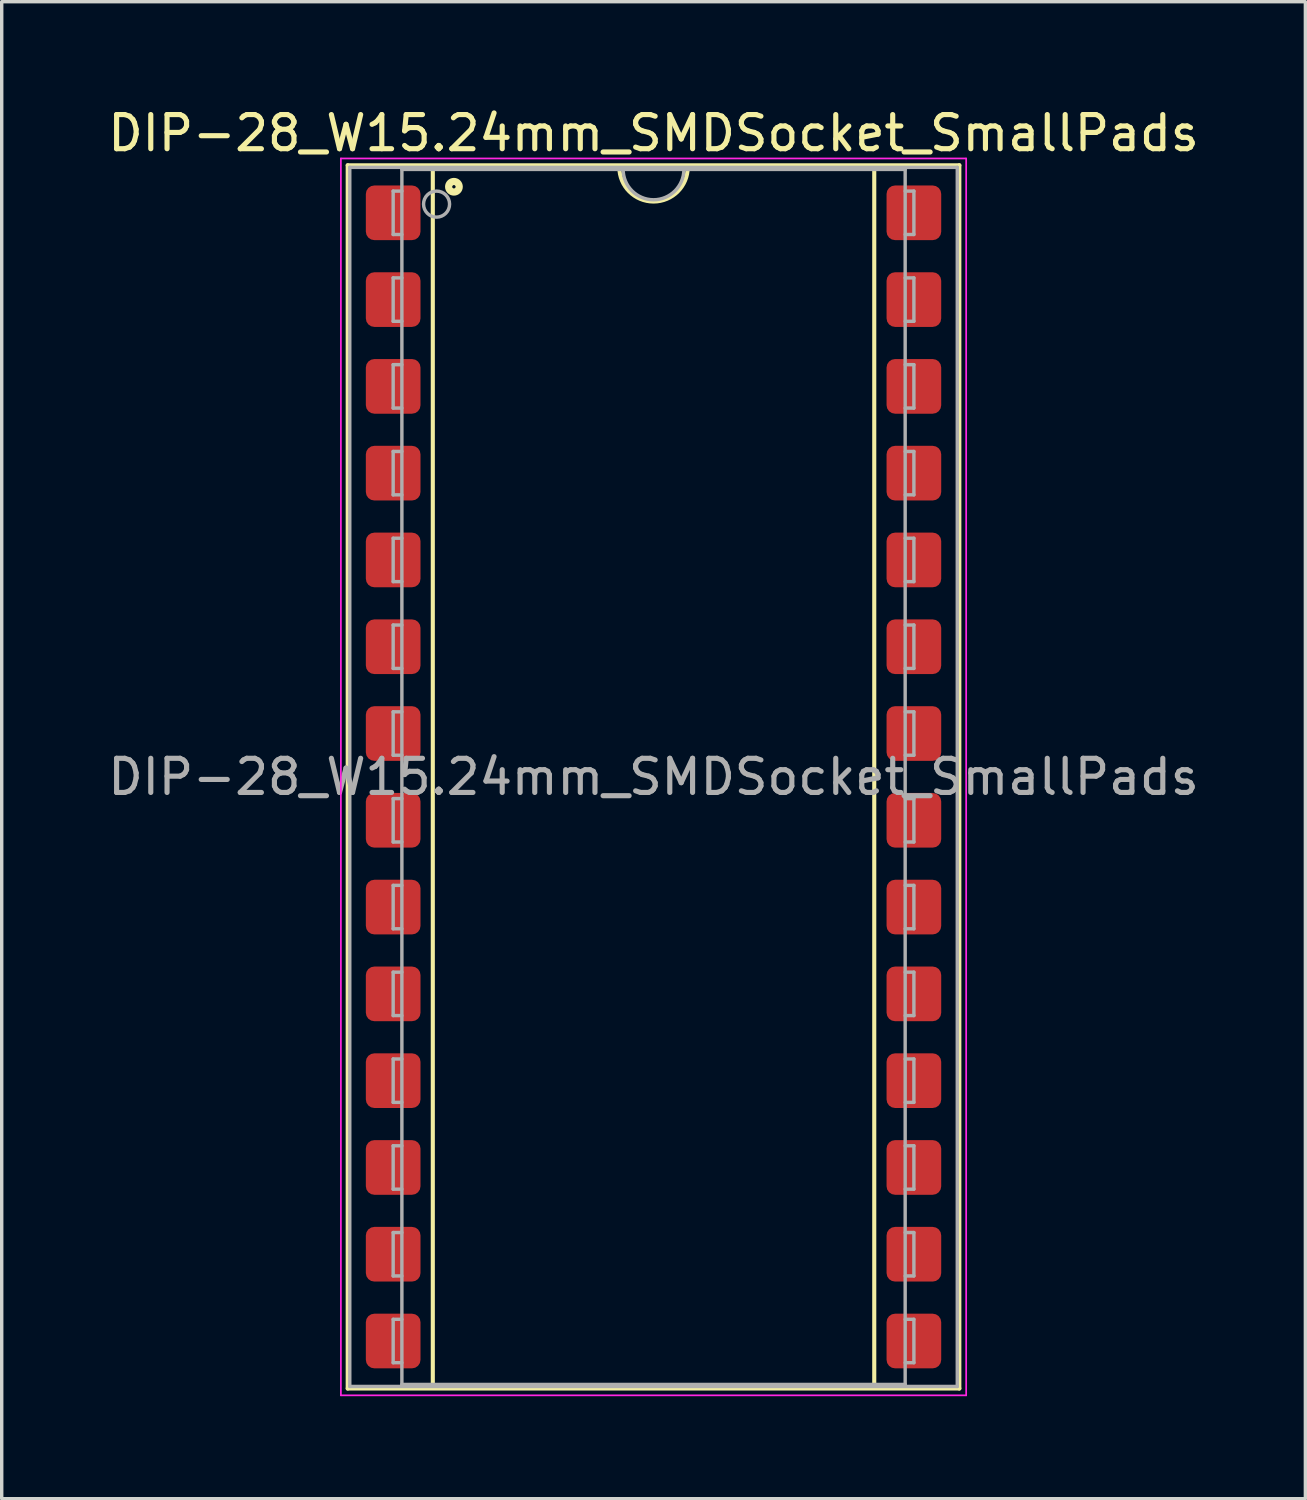
<source format=kicad_pcb>
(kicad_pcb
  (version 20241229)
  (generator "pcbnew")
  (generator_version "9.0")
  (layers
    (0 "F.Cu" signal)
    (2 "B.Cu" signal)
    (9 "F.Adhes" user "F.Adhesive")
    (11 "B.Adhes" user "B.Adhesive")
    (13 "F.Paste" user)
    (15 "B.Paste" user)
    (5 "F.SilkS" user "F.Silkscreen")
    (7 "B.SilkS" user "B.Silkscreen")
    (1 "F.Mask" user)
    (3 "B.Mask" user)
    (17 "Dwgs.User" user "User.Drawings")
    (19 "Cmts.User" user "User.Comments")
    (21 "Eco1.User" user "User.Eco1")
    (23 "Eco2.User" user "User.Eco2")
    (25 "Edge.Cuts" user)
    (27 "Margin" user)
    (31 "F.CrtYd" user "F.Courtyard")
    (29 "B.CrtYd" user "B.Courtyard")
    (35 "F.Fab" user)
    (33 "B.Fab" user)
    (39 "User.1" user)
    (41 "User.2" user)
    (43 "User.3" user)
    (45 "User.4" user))
  (footprint "DIP-28_W15.24mm_SMDSocket_SmallPads"
    (layer "F.Cu")
    (at 16.077 19.688)
    (property "Reference" "DIP-28_W15.24mm_SMDSocket_SmallPads" (at 0 -18.84 0) (layer "F.SilkS") (effects (font (size 1 1) (thickness 0.15))))
    (attr smd)
    (fp_line (start -8.95 -17.9) (end -8.95 17.9) (stroke (width 0.12) (type solid)) (layer "F.SilkS"))
    (fp_line (start -8.95 17.9) (end 8.95 17.9) (stroke (width 0.12) (type solid)) (layer "F.SilkS"))
    (fp_line (start -6.46 -17.84) (end -6.46 17.84) (stroke (width 0.12) (type solid)) (layer "F.SilkS"))
    (fp_line (start -6.46 17.84) (end 6.46 17.84) (stroke (width 0.12) (type solid)) (layer "F.SilkS"))
    (fp_line (start -1 -17.84) (end -6.46 -17.84) (stroke (width 0.12) (type solid)) (layer "F.SilkS"))
    (fp_line (start 6.46 -17.84) (end 1 -17.84) (stroke (width 0.12) (type solid)) (layer "F.SilkS"))
    (fp_line (start 6.46 17.84) (end 6.46 -17.84) (stroke (width 0.12) (type solid)) (layer "F.SilkS"))
    (fp_line (start 8.95 -17.9) (end -8.95 -17.9) (stroke (width 0.12) (type solid)) (layer "F.SilkS"))
    (fp_line (start 8.95 17.9) (end 8.95 -17.9) (stroke (width 0.12) (type solid)) (layer "F.SilkS"))
    (fp_arc (start 1 -17.84) (mid 0 -16.84) (end -1 -17.84) (stroke (width 0.12) (type solid)) (layer "F.SilkS"))
    (fp_circle (center -5.842 -17.272) (end -5.792 -17.272) (stroke (width 0.12) (type solid)) (fill no) (layer "F.SilkS"))
    (fp_circle (center -5.842 -17.272) (end -5.717 -17.272) (stroke (width 0.12) (type solid)) (fill no) (layer "F.SilkS"))
    (fp_circle (center -5.842 -17.272) (end -5.642 -17.272) (stroke (width 0.12) (type solid)) (fill no) (layer "F.SilkS"))
    (fp_line (start -9.15 -18.1) (end -9.15 18.1) (stroke (width 0.05) (type solid)) (layer "F.CrtYd"))
    (fp_line (start -9.15 18.1) (end 9.15 18.1) (stroke (width 0.05) (type solid)) (layer "F.CrtYd"))
    (fp_line (start 9.15 -18.1) (end -9.15 -18.1) (stroke (width 0.05) (type solid)) (layer "F.CrtYd"))
    (fp_line (start 9.15 18.1) (end 9.15 -18.1) (stroke (width 0.05) (type solid)) (layer "F.CrtYd"))
    (fp_line (start -8.89 -17.84) (end -8.89 17.84) (stroke (width 0.1) (type solid)) (layer "F.Fab"))
    (fp_line (start -8.89 17.84) (end 8.89 17.84) (stroke (width 0.1) (type solid)) (layer "F.Fab"))
    (fp_line (start -7.62 -17.145) (end -7.62 -15.875) (stroke (width 0.1) (type solid)) (layer "F.Fab"))
    (fp_line (start -7.62 -17.145) (end -7.366 -17.145) (stroke (width 0.1) (type solid)) (layer "F.Fab"))
    (fp_line (start -7.62 -15.875) (end -7.366 -15.875) (stroke (width 0.1) (type solid)) (layer "F.Fab"))
    (fp_line (start -7.62 -14.605) (end -7.62 -13.335) (stroke (width 0.1) (type solid)) (layer "F.Fab"))
    (fp_line (start -7.62 -14.605) (end -7.366 -14.605) (stroke (width 0.1) (type solid)) (layer "F.Fab"))
    (fp_line (start -7.62 -13.335) (end -7.366 -13.335) (stroke (width 0.1) (type solid)) (layer "F.Fab"))
    (fp_line (start -7.62 -12.065) (end -7.62 -10.795) (stroke (width 0.1) (type solid)) (layer "F.Fab"))
    (fp_line (start -7.62 -12.065) (end -7.366 -12.065) (stroke (width 0.1) (type solid)) (layer "F.Fab"))
    (fp_line (start -7.62 -10.795) (end -7.366 -10.795) (stroke (width 0.1) (type solid)) (layer "F.Fab"))
    (fp_line (start -7.62 -9.525) (end -7.62 -8.255) (stroke (width 0.1) (type solid)) (layer "F.Fab"))
    (fp_line (start -7.62 -9.525) (end -7.366 -9.525) (stroke (width 0.1) (type solid)) (layer "F.Fab"))
    (fp_line (start -7.62 -8.255) (end -7.366 -8.255) (stroke (width 0.1) (type solid)) (layer "F.Fab"))
    (fp_line (start -7.62 -6.985) (end -7.62 -5.715) (stroke (width 0.1) (type solid)) (layer "F.Fab"))
    (fp_line (start -7.62 -6.985) (end -7.366 -6.985) (stroke (width 0.1) (type solid)) (layer "F.Fab"))
    (fp_line (start -7.62 -5.715) (end -7.366 -5.715) (stroke (width 0.1) (type solid)) (layer "F.Fab"))
    (fp_line (start -7.62 -4.445) (end -7.62 -3.175) (stroke (width 0.1) (type solid)) (layer "F.Fab"))
    (fp_line (start -7.62 -4.445) (end -7.366 -4.445) (stroke (width 0.1) (type solid)) (layer "F.Fab"))
    (fp_line (start -7.62 -3.175) (end -7.366 -3.175) (stroke (width 0.1) (type solid)) (layer "F.Fab"))
    (fp_line (start -7.62 -1.905) (end -7.62 -0.635) (stroke (width 0.1) (type solid)) (layer "F.Fab"))
    (fp_line (start -7.62 -1.905) (end -7.366 -1.905) (stroke (width 0.1) (type solid)) (layer "F.Fab"))
    (fp_line (start -7.62 -0.635) (end -7.366 -0.635) (stroke (width 0.1) (type solid)) (layer "F.Fab"))
    (fp_line (start -7.62 0.635) (end -7.62 1.905) (stroke (width 0.1) (type solid)) (layer "F.Fab"))
    (fp_line (start -7.62 0.635) (end -7.366 0.635) (stroke (width 0.1) (type solid)) (layer "F.Fab"))
    (fp_line (start -7.62 1.905) (end -7.366 1.905) (stroke (width 0.1) (type solid)) (layer "F.Fab"))
    (fp_line (start -7.62 3.175) (end -7.62 4.445) (stroke (width 0.1) (type solid)) (layer "F.Fab"))
    (fp_line (start -7.62 3.175) (end -7.366 3.175) (stroke (width 0.1) (type solid)) (layer "F.Fab"))
    (fp_line (start -7.62 4.445) (end -7.366 4.445) (stroke (width 0.1) (type solid)) (layer "F.Fab"))
    (fp_line (start -7.62 5.715) (end -7.62 6.985) (stroke (width 0.1) (type solid)) (layer "F.Fab"))
    (fp_line (start -7.62 5.715) (end -7.366 5.715) (stroke (width 0.1) (type solid)) (layer "F.Fab"))
    (fp_line (start -7.62 6.985) (end -7.366 6.985) (stroke (width 0.1) (type solid)) (layer "F.Fab"))
    (fp_line (start -7.62 8.255) (end -7.62 9.525) (stroke (width 0.1) (type solid)) (layer "F.Fab"))
    (fp_line (start -7.62 8.255) (end -7.366 8.255) (stroke (width 0.1) (type solid)) (layer "F.Fab"))
    (fp_line (start -7.62 9.525) (end -7.366 9.525) (stroke (width 0.1) (type solid)) (layer "F.Fab"))
    (fp_line (start -7.62 10.795) (end -7.62 12.065) (stroke (width 0.1) (type solid)) (layer "F.Fab"))
    (fp_line (start -7.62 10.795) (end -7.366 10.795) (stroke (width 0.1) (type solid)) (layer "F.Fab"))
    (fp_line (start -7.62 12.065) (end -7.366 12.065) (stroke (width 0.1) (type solid)) (layer "F.Fab"))
    (fp_line (start -7.62 13.335) (end -7.62 14.605) (stroke (width 0.1) (type solid)) (layer "F.Fab"))
    (fp_line (start -7.62 13.335) (end -7.366 13.335) (stroke (width 0.1) (type solid)) (layer "F.Fab"))
    (fp_line (start -7.62 14.605) (end -7.366 14.605) (stroke (width 0.1) (type solid)) (layer "F.Fab"))
    (fp_line (start -7.62 15.875) (end -7.62 17.145) (stroke (width 0.1) (type solid)) (layer "F.Fab"))
    (fp_line (start -7.62 15.875) (end -7.366 15.875) (stroke (width 0.1) (type solid)) (layer "F.Fab"))
    (fp_line (start -7.62 17.145) (end -7.366 17.145) (stroke (width 0.1) (type solid)) (layer "F.Fab"))
    (fp_line (start -7.365 -17.78) (end 7.365 -17.78) (stroke (width 0.1) (type solid)) (layer "F.Fab"))
    (fp_line (start -7.365 17.78) (end -7.365 -17.78) (stroke (width 0.1) (type solid)) (layer "F.Fab"))
    (fp_line (start 7.365 -17.78) (end 7.365 17.78) (stroke (width 0.1) (type solid)) (layer "F.Fab"))
    (fp_line (start 7.365 17.78) (end -7.365 17.78) (stroke (width 0.1) (type solid)) (layer "F.Fab"))
    (fp_line (start 7.62 -17.145) (end 7.366 -17.145) (stroke (width 0.1) (type solid)) (layer "F.Fab"))
    (fp_line (start 7.62 -15.875) (end 7.366 -15.875) (stroke (width 0.1) (type solid)) (layer "F.Fab"))
    (fp_line (start 7.62 -15.875) (end 7.62 -17.145) (stroke (width 0.1) (type solid)) (layer "F.Fab"))
    (fp_line (start 7.62 -14.605) (end 7.366 -14.605) (stroke (width 0.1) (type solid)) (layer "F.Fab"))
    (fp_line (start 7.62 -13.335) (end 7.366 -13.335) (stroke (width 0.1) (type solid)) (layer "F.Fab"))
    (fp_line (start 7.62 -13.335) (end 7.62 -14.605) (stroke (width 0.1) (type solid)) (layer "F.Fab"))
    (fp_line (start 7.62 -12.065) (end 7.366 -12.065) (stroke (width 0.1) (type solid)) (layer "F.Fab"))
    (fp_line (start 7.62 -10.795) (end 7.366 -10.795) (stroke (width 0.1) (type solid)) (layer "F.Fab"))
    (fp_line (start 7.62 -10.795) (end 7.62 -12.065) (stroke (width 0.1) (type solid)) (layer "F.Fab"))
    (fp_line (start 7.62 -9.525) (end 7.366 -9.525) (stroke (width 0.1) (type solid)) (layer "F.Fab"))
    (fp_line (start 7.62 -8.255) (end 7.366 -8.255) (stroke (width 0.1) (type solid)) (layer "F.Fab"))
    (fp_line (start 7.62 -8.255) (end 7.62 -9.525) (stroke (width 0.1) (type solid)) (layer "F.Fab"))
    (fp_line (start 7.62 -6.985) (end 7.366 -6.985) (stroke (width 0.1) (type solid)) (layer "F.Fab"))
    (fp_line (start 7.62 -5.715) (end 7.366 -5.715) (stroke (width 0.1) (type solid)) (layer "F.Fab"))
    (fp_line (start 7.62 -5.715) (end 7.62 -6.985) (stroke (width 0.1) (type solid)) (layer "F.Fab"))
    (fp_line (start 7.62 -4.445) (end 7.366 -4.445) (stroke (width 0.1) (type solid)) (layer "F.Fab"))
    (fp_line (start 7.62 -3.175) (end 7.366 -3.175) (stroke (width 0.1) (type solid)) (layer "F.Fab"))
    (fp_line (start 7.62 -3.175) (end 7.62 -4.445) (stroke (width 0.1) (type solid)) (layer "F.Fab"))
    (fp_line (start 7.62 -1.905) (end 7.366 -1.905) (stroke (width 0.1) (type solid)) (layer "F.Fab"))
    (fp_line (start 7.62 -0.635) (end 7.366 -0.635) (stroke (width 0.1) (type solid)) (layer "F.Fab"))
    (fp_line (start 7.62 -0.635) (end 7.62 -1.905) (stroke (width 0.1) (type solid)) (layer "F.Fab"))
    (fp_line (start 7.62 0.635) (end 7.366 0.635) (stroke (width 0.1) (type solid)) (layer "F.Fab"))
    (fp_line (start 7.62 1.905) (end 7.366 1.905) (stroke (width 0.1) (type solid)) (layer "F.Fab"))
    (fp_line (start 7.62 1.905) (end 7.62 0.635) (stroke (width 0.1) (type solid)) (layer "F.Fab"))
    (fp_line (start 7.62 3.175) (end 7.366 3.175) (stroke (width 0.1) (type solid)) (layer "F.Fab"))
    (fp_line (start 7.62 4.445) (end 7.366 4.445) (stroke (width 0.1) (type solid)) (layer "F.Fab"))
    (fp_line (start 7.62 4.445) (end 7.62 3.175) (stroke (width 0.1) (type solid)) (layer "F.Fab"))
    (fp_line (start 7.62 5.715) (end 7.366 5.715) (stroke (width 0.1) (type solid)) (layer "F.Fab"))
    (fp_line (start 7.62 6.985) (end 7.366 6.985) (stroke (width 0.1) (type solid)) (layer "F.Fab"))
    (fp_line (start 7.62 6.985) (end 7.62 5.715) (stroke (width 0.1) (type solid)) (layer "F.Fab"))
    (fp_line (start 7.62 8.255) (end 7.366 8.255) (stroke (width 0.1) (type solid)) (layer "F.Fab"))
    (fp_line (start 7.62 9.525) (end 7.366 9.525) (stroke (width 0.1) (type solid)) (layer "F.Fab"))
    (fp_line (start 7.62 9.525) (end 7.62 8.255) (stroke (width 0.1) (type solid)) (layer "F.Fab"))
    (fp_line (start 7.62 10.795) (end 7.366 10.795) (stroke (width 0.1) (type solid)) (layer "F.Fab"))
    (fp_line (start 7.62 12.065) (end 7.366 12.065) (stroke (width 0.1) (type solid)) (layer "F.Fab"))
    (fp_line (start 7.62 12.065) (end 7.62 10.795) (stroke (width 0.1) (type solid)) (layer "F.Fab"))
    (fp_line (start 7.62 13.335) (end 7.366 13.335) (stroke (width 0.1) (type solid)) (layer "F.Fab"))
    (fp_line (start 7.62 14.605) (end 7.366 14.605) (stroke (width 0.1) (type solid)) (layer "F.Fab"))
    (fp_line (start 7.62 14.605) (end 7.62 13.335) (stroke (width 0.1) (type solid)) (layer "F.Fab"))
    (fp_line (start 7.62 15.875) (end 7.366 15.875) (stroke (width 0.1) (type solid)) (layer "F.Fab"))
    (fp_line (start 7.62 17.145) (end 7.366 17.145) (stroke (width 0.1) (type solid)) (layer "F.Fab"))
    (fp_line (start 7.62 17.145) (end 7.62 15.875) (stroke (width 0.1) (type solid)) (layer "F.Fab"))
    (fp_line (start 8.89 -17.84) (end -8.89 -17.84) (stroke (width 0.1) (type solid)) (layer "F.Fab"))
    (fp_line (start 8.89 17.84) (end 8.89 -17.84) (stroke (width 0.1) (type solid)) (layer "F.Fab"))
    (fp_arc (start 0.889 -17.78) (mid 0 -16.891) (end -0.889 -17.78) (stroke (width 0.1) (type solid)) (layer "F.Fab"))
    (fp_circle (center -6.35 -16.764) (end -5.969 -16.764) (stroke (width 0.1) (type solid)) (fill no) (layer "F.Fab"))
    (fp_text user "${REFERENCE}" (at 0 0 0) (layer "F.Fab") (effects (font (size 1 1) (thickness 0.15))))
    (pad "1" smd roundrect (at -7.62 -16.51) (size 1.6 1.6) (layers "F.Cu" "F.Mask" "F.Paste") (roundrect_rratio 0.156))
    (pad "2" smd roundrect (at -7.62 -13.97) (size 1.6 1.6) (layers "F.Cu" "F.Mask" "F.Paste") (roundrect_rratio 0.156))
    (pad "3" smd roundrect (at -7.62 -11.43) (size 1.6 1.6) (layers "F.Cu" "F.Mask" "F.Paste") (roundrect_rratio 0.156))
    (pad "4" smd roundrect (at -7.62 -8.89) (size 1.6 1.6) (layers "F.Cu" "F.Mask" "F.Paste") (roundrect_rratio 0.156))
    (pad "5" smd roundrect (at -7.62 -6.35) (size 1.6 1.6) (layers "F.Cu" "F.Mask" "F.Paste") (roundrect_rratio 0.156))
    (pad "6" smd roundrect (at -7.62 -3.81) (size 1.6 1.6) (layers "F.Cu" "F.Mask" "F.Paste") (roundrect_rratio 0.156))
    (pad "7" smd roundrect (at -7.62 -1.27) (size 1.6 1.6) (layers "F.Cu" "F.Mask" "F.Paste") (roundrect_rratio 0.156))
    (pad "8" smd roundrect (at -7.62 1.27) (size 1.6 1.6) (layers "F.Cu" "F.Mask" "F.Paste") (roundrect_rratio 0.156))
    (pad "9" smd roundrect (at -7.62 3.81) (size 1.6 1.6) (layers "F.Cu" "F.Mask" "F.Paste") (roundrect_rratio 0.156))
    (pad "10" smd roundrect (at -7.62 6.35) (size 1.6 1.6) (layers "F.Cu" "F.Mask" "F.Paste") (roundrect_rratio 0.156))
    (pad "11" smd roundrect (at -7.62 8.89) (size 1.6 1.6) (layers "F.Cu" "F.Mask" "F.Paste") (roundrect_rratio 0.156))
    (pad "12" smd roundrect (at -7.62 11.43) (size 1.6 1.6) (layers "F.Cu" "F.Mask" "F.Paste") (roundrect_rratio 0.156))
    (pad "13" smd roundrect (at -7.62 13.97) (size 1.6 1.6) (layers "F.Cu" "F.Mask" "F.Paste") (roundrect_rratio 0.156))
    (pad "14" smd roundrect (at -7.62 16.51) (size 1.6 1.6) (layers "F.Cu" "F.Mask" "F.Paste") (roundrect_rratio 0.156))
    (pad "15" smd roundrect (at 7.62 16.51) (size 1.6 1.6) (layers "F.Cu" "F.Mask" "F.Paste") (roundrect_rratio 0.156))
    (pad "16" smd roundrect (at 7.62 13.97) (size 1.6 1.6) (layers "F.Cu" "F.Mask" "F.Paste") (roundrect_rratio 0.156))
    (pad "17" smd roundrect (at 7.62 11.43) (size 1.6 1.6) (layers "F.Cu" "F.Mask" "F.Paste") (roundrect_rratio 0.156))
    (pad "18" smd roundrect (at 7.62 8.89) (size 1.6 1.6) (layers "F.Cu" "F.Mask" "F.Paste") (roundrect_rratio 0.156))
    (pad "19" smd roundrect (at 7.62 6.35) (size 1.6 1.6) (layers "F.Cu" "F.Mask" "F.Paste") (roundrect_rratio 0.156))
    (pad "20" smd roundrect (at 7.62 3.81) (size 1.6 1.6) (layers "F.Cu" "F.Mask" "F.Paste") (roundrect_rratio 0.156))
    (pad "21" smd roundrect (at 7.62 1.27) (size 1.6 1.6) (layers "F.Cu" "F.Mask" "F.Paste") (roundrect_rratio 0.156))
    (pad "22" smd roundrect (at 7.62 -1.27) (size 1.6 1.6) (layers "F.Cu" "F.Mask" "F.Paste") (roundrect_rratio 0.156))
    (pad "23" smd roundrect (at 7.62 -3.81) (size 1.6 1.6) (layers "F.Cu" "F.Mask" "F.Paste") (roundrect_rratio 0.156))
    (pad "24" smd roundrect (at 7.62 -6.35) (size 1.6 1.6) (layers "F.Cu" "F.Mask" "F.Paste") (roundrect_rratio 0.156))
    (pad "25" smd roundrect (at 7.62 -8.89) (size 1.6 1.6) (layers "F.Cu" "F.Mask" "F.Paste") (roundrect_rratio 0.156))
    (pad "26" smd roundrect (at 7.62 -11.43) (size 1.6 1.6) (layers "F.Cu" "F.Mask" "F.Paste") (roundrect_rratio 0.156))
    (pad "27" smd roundrect (at 7.62 -13.97) (size 1.6 1.6) (layers "F.Cu" "F.Mask" "F.Paste") (roundrect_rratio 0.156))
    (pad "28" smd roundrect (at 7.62 -16.51) (size 1.6 1.6) (layers "F.Cu" "F.Mask" "F.Paste") (roundrect_rratio 0.156)))
  (gr_rect
    (start -3 -3)
    (end 35.155 40.813)
    (stroke (width 0.1) (type default))
    (fill no)
    (layer "Edge.Cuts")))
</source>
